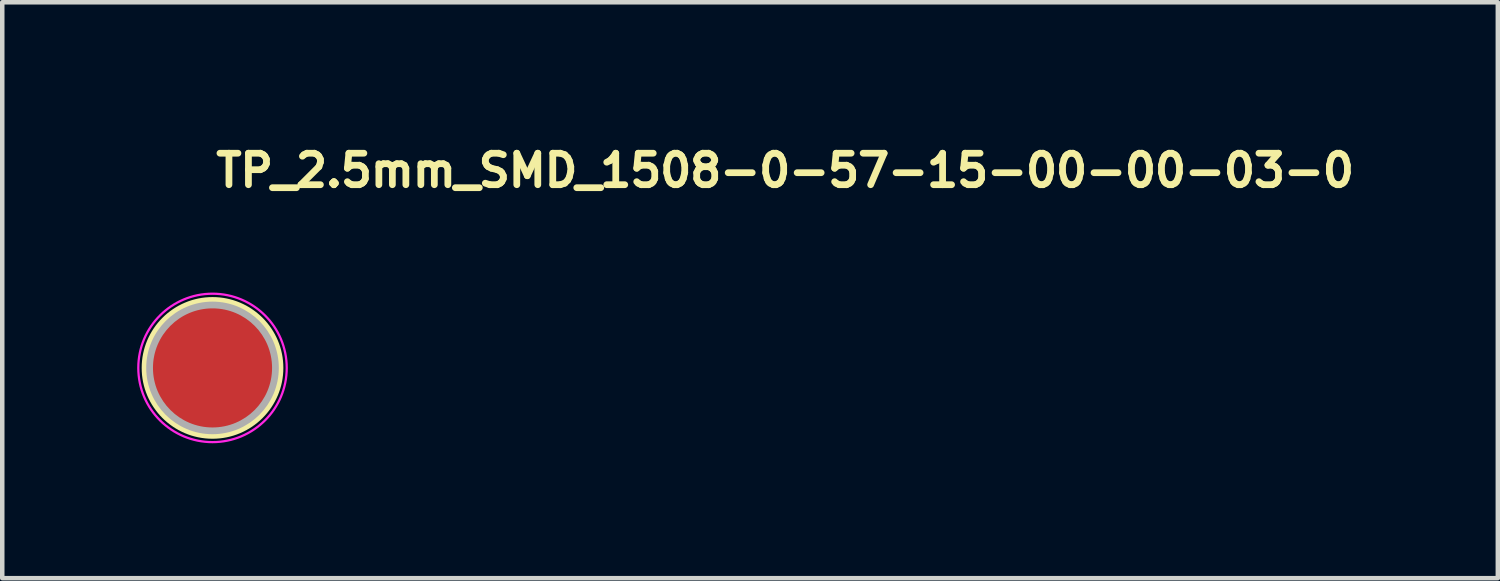
<source format=kicad_pcb>
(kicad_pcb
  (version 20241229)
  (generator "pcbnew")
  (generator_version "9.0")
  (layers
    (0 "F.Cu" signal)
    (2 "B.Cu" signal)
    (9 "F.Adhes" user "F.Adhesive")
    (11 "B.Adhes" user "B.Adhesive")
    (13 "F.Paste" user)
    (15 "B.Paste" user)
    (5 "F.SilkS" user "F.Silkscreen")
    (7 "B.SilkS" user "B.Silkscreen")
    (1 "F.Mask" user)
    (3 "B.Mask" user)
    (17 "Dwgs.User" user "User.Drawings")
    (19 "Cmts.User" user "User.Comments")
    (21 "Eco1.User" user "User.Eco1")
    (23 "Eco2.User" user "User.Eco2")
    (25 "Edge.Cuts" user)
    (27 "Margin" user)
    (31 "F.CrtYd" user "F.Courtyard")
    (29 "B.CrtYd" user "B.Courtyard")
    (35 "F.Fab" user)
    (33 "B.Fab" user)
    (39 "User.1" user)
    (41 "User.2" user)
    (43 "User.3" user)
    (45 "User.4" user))
  (footprint "TP_2.5mm_SMD_1508-0-57-15-00-00-03-0"
    (layer "F.Cu")
    (at 1.675 5.13)
    (property "Reference" "TP_2.5mm_SMD_1508-0-57-15-00-00-03-0" (at 0 -3.98 0) (layer "F.SilkS") (effects (font (size 0.7 0.7) (thickness 0.15)) (justify left bottom)))
    (attr smd)
    (fp_circle (center 0 0) (end 1.5 0) (stroke (width 0.15) (type solid)) (fill no) (layer "F.SilkS"))
    (fp_circle (center 0 0) (end 1.65 0) (stroke (width 0.05) (type solid)) (fill no) (layer "F.CrtYd"))
    (fp_circle (center 0 0) (end 1.399 0) (stroke (width 0.15) (type solid)) (fill no) (layer "F.Fab"))
    (fp_line (start -1.27 0) (end -1.27 0) (stroke (width 0.02) (type solid)) (layer "User.9"))
    (fp_line (start -1.27 0) (end -1.268 0.065) (stroke (width 0.02) (type solid)) (layer "User.9"))
    (fp_line (start -1.268 -0.065) (end -1.27 0) (stroke (width 0.02) (type solid)) (layer "User.9"))
    (fp_line (start -1.268 0.065) (end -1.263 0.129) (stroke (width 0.02) (type solid)) (layer "User.9"))
    (fp_line (start -1.263 -0.129) (end -1.268 -0.065) (stroke (width 0.02) (type solid)) (layer "User.9"))
    (fp_line (start -1.263 0.129) (end -1.255 0.193) (stroke (width 0.02) (type solid)) (layer "User.9"))
    (fp_line (start -1.255 -0.193) (end -1.263 -0.129) (stroke (width 0.02) (type solid)) (layer "User.9"))
    (fp_line (start -1.255 0.193) (end -1.244 0.255) (stroke (width 0.02) (type solid)) (layer "User.9"))
    (fp_line (start -1.244 -0.255) (end -1.255 -0.193) (stroke (width 0.02) (type solid)) (layer "User.9"))
    (fp_line (start -1.244 0.255) (end -1.23 0.317) (stroke (width 0.02) (type solid)) (layer "User.9"))
    (fp_line (start -1.23 -0.317) (end -1.244 -0.255) (stroke (width 0.02) (type solid)) (layer "User.9"))
    (fp_line (start -1.23 0.317) (end -1.212 0.377) (stroke (width 0.02) (type solid)) (layer "User.9"))
    (fp_line (start -1.212 -0.377) (end -1.23 -0.317) (stroke (width 0.02) (type solid)) (layer "User.9"))
    (fp_line (start -1.212 0.377) (end -1.192 0.436) (stroke (width 0.02) (type solid)) (layer "User.9"))
    (fp_line (start -1.192 -0.436) (end -1.212 -0.377) (stroke (width 0.02) (type solid)) (layer "User.9"))
    (fp_line (start -1.192 0.436) (end -1.17 0.494) (stroke (width 0.02) (type solid)) (layer "User.9"))
    (fp_line (start -1.17 -0.494) (end -1.192 -0.436) (stroke (width 0.02) (type solid)) (layer "User.9"))
    (fp_line (start -1.17 0.494) (end -1.144 0.55) (stroke (width 0.02) (type solid)) (layer "User.9"))
    (fp_line (start -1.144 -0.55) (end -1.17 -0.494) (stroke (width 0.02) (type solid)) (layer "User.9"))
    (fp_line (start -1.144 0.55) (end -1.116 0.605) (stroke (width 0.02) (type solid)) (layer "User.9"))
    (fp_line (start -1.116 -0.605) (end -1.144 -0.55) (stroke (width 0.02) (type solid)) (layer "User.9"))
    (fp_line (start -1.116 0.605) (end -1.086 0.658) (stroke (width 0.02) (type solid)) (layer "User.9"))
    (fp_line (start -1.086 -0.658) (end -1.116 -0.605) (stroke (width 0.02) (type solid)) (layer "User.9"))
    (fp_line (start -1.086 0.658) (end -1.053 0.71) (stroke (width 0.02) (type solid)) (layer "User.9"))
    (fp_line (start -1.053 -0.71) (end -1.086 -0.658) (stroke (width 0.02) (type solid)) (layer "User.9"))
    (fp_line (start -1.053 0.71) (end -1.017 0.759) (stroke (width 0.02) (type solid)) (layer "User.9"))
    (fp_line (start -1.017 -0.759) (end -1.053 -0.71) (stroke (width 0.02) (type solid)) (layer "User.9"))
    (fp_line (start -1.017 0.759) (end -0.979 0.807) (stroke (width 0.02) (type solid)) (layer "User.9"))
    (fp_line (start -0.979 -0.807) (end -1.017 -0.759) (stroke (width 0.02) (type solid)) (layer "User.9"))
    (fp_line (start -0.979 0.807) (end -0.94 0.853) (stroke (width 0.02) (type solid)) (layer "User.9"))
    (fp_line (start -0.94 -0.853) (end -0.979 -0.807) (stroke (width 0.02) (type solid)) (layer "User.9"))
    (fp_line (start -0.94 0.853) (end -0.898 0.898) (stroke (width 0.02) (type solid)) (layer "User.9"))
    (fp_line (start -0.898 -0.898) (end -0.94 -0.853) (stroke (width 0.02) (type solid)) (layer "User.9"))
    (fp_line (start -0.898 0.898) (end -0.853 0.94) (stroke (width 0.02) (type solid)) (layer "User.9"))
    (fp_line (start -0.853 -0.94) (end -0.898 -0.898) (stroke (width 0.02) (type solid)) (layer "User.9"))
    (fp_line (start -0.853 0.94) (end -0.807 0.979) (stroke (width 0.02) (type solid)) (layer "User.9"))
    (fp_line (start -0.807 -0.979) (end -0.853 -0.94) (stroke (width 0.02) (type solid)) (layer "User.9"))
    (fp_line (start -0.807 0.979) (end -0.759 1.017) (stroke (width 0.02) (type solid)) (layer "User.9"))
    (fp_line (start -0.759 -1.017) (end -0.807 -0.979) (stroke (width 0.02) (type solid)) (layer "User.9"))
    (fp_line (start -0.759 1.017) (end -0.71 1.053) (stroke (width 0.02) (type solid)) (layer "User.9"))
    (fp_line (start -0.71 -1.053) (end -0.759 -1.017) (stroke (width 0.02) (type solid)) (layer "User.9"))
    (fp_line (start -0.71 1.053) (end -0.658 1.086) (stroke (width 0.02) (type solid)) (layer "User.9"))
    (fp_line (start -0.658 -1.086) (end -0.71 -1.053) (stroke (width 0.02) (type solid)) (layer "User.9"))
    (fp_line (start -0.658 1.086) (end -0.605 1.116) (stroke (width 0.02) (type solid)) (layer "User.9"))
    (fp_line (start -0.605 -1.116) (end -0.658 -1.086) (stroke (width 0.02) (type solid)) (layer "User.9"))
    (fp_line (start -0.605 1.116) (end -0.55 1.144) (stroke (width 0.02) (type solid)) (layer "User.9"))
    (fp_line (start -0.55 -1.144) (end -0.605 -1.116) (stroke (width 0.02) (type solid)) (layer "User.9"))
    (fp_line (start -0.55 1.144) (end -0.494 1.17) (stroke (width 0.02) (type solid)) (layer "User.9"))
    (fp_line (start -0.494 -1.17) (end -0.55 -1.144) (stroke (width 0.02) (type solid)) (layer "User.9"))
    (fp_line (start -0.494 1.17) (end -0.436 1.192) (stroke (width 0.02) (type solid)) (layer "User.9"))
    (fp_line (start -0.46 0) (end -0.46 0) (stroke (width 0.02) (type solid)) (layer "User.9"))
    (fp_line (start -0.46 0) (end -0.459 0.023) (stroke (width 0.02) (type solid)) (layer "User.9"))
    (fp_line (start -0.459 -0.023) (end -0.46 0) (stroke (width 0.02) (type solid)) (layer "User.9"))
    (fp_line (start -0.459 0.023) (end -0.457 0.047) (stroke (width 0.02) (type solid)) (layer "User.9"))
    (fp_line (start -0.457 -0.047) (end -0.459 -0.023) (stroke (width 0.02) (type solid)) (layer "User.9"))
    (fp_line (start -0.457 0.047) (end -0.454 0.07) (stroke (width 0.02) (type solid)) (layer "User.9"))
    (fp_line (start -0.454 -0.07) (end -0.457 -0.047) (stroke (width 0.02) (type solid)) (layer "User.9"))
    (fp_line (start -0.454 0.07) (end -0.45 0.092) (stroke (width 0.02) (type solid)) (layer "User.9"))
    (fp_line (start -0.45 -0.092) (end -0.454 -0.07) (stroke (width 0.02) (type solid)) (layer "User.9"))
    (fp_line (start -0.45 0.092) (end -0.445 0.114) (stroke (width 0.02) (type solid)) (layer "User.9"))
    (fp_line (start -0.445 -0.114) (end -0.45 -0.092) (stroke (width 0.02) (type solid)) (layer "User.9"))
    (fp_line (start -0.445 0.114) (end -0.439 0.136) (stroke (width 0.02) (type solid)) (layer "User.9"))
    (fp_line (start -0.439 -0.136) (end -0.445 -0.114) (stroke (width 0.02) (type solid)) (layer "User.9"))
    (fp_line (start -0.439 0.136) (end -0.432 0.158) (stroke (width 0.02) (type solid)) (layer "User.9"))
    (fp_line (start -0.436 -1.192) (end -0.494 -1.17) (stroke (width 0.02) (type solid)) (layer "User.9"))
    (fp_line (start -0.436 1.192) (end -0.377 1.212) (stroke (width 0.02) (type solid)) (layer "User.9"))
    (fp_line (start -0.432 -0.158) (end -0.439 -0.136) (stroke (width 0.02) (type solid)) (layer "User.9"))
    (fp_line (start -0.432 0.158) (end -0.423 0.179) (stroke (width 0.02) (type solid)) (layer "User.9"))
    (fp_line (start -0.423 -0.179) (end -0.432 -0.158) (stroke (width 0.02) (type solid)) (layer "User.9"))
    (fp_line (start -0.423 0.179) (end -0.414 0.199) (stroke (width 0.02) (type solid)) (layer "User.9"))
    (fp_line (start -0.414 -0.199) (end -0.423 -0.179) (stroke (width 0.02) (type solid)) (layer "User.9"))
    (fp_line (start -0.414 0.199) (end -0.404 0.219) (stroke (width 0.02) (type solid)) (layer "User.9"))
    (fp_line (start -0.404 -0.219) (end -0.414 -0.199) (stroke (width 0.02) (type solid)) (layer "User.9"))
    (fp_line (start -0.404 0.219) (end -0.393 0.238) (stroke (width 0.02) (type solid)) (layer "User.9"))
    (fp_line (start -0.393 -0.238) (end -0.404 -0.219) (stroke (width 0.02) (type solid)) (layer "User.9"))
    (fp_line (start -0.393 0.238) (end -0.381 0.257) (stroke (width 0.02) (type solid)) (layer "User.9"))
    (fp_line (start -0.381 -0.257) (end -0.393 -0.238) (stroke (width 0.02) (type solid)) (layer "User.9"))
    (fp_line (start -0.381 0.257) (end -0.368 0.275) (stroke (width 0.02) (type solid)) (layer "User.9"))
    (fp_line (start -0.377 -1.212) (end -0.436 -1.192) (stroke (width 0.02) (type solid)) (layer "User.9"))
    (fp_line (start -0.377 1.212) (end -0.317 1.23) (stroke (width 0.02) (type solid)) (layer "User.9"))
    (fp_line (start -0.368 -0.275) (end -0.381 -0.257) (stroke (width 0.02) (type solid)) (layer "User.9"))
    (fp_line (start -0.368 0.275) (end -0.354 0.292) (stroke (width 0.02) (type solid)) (layer "User.9"))
    (fp_line (start -0.354 -0.292) (end -0.368 -0.275) (stroke (width 0.02) (type solid)) (layer "User.9"))
    (fp_line (start -0.354 0.292) (end -0.34 0.309) (stroke (width 0.02) (type solid)) (layer "User.9"))
    (fp_line (start -0.34 -0.309) (end -0.354 -0.292) (stroke (width 0.02) (type solid)) (layer "User.9"))
    (fp_line (start -0.34 0.309) (end -0.325 0.325) (stroke (width 0.02) (type solid)) (layer "User.9"))
    (fp_line (start -0.325 -0.325) (end -0.34 -0.309) (stroke (width 0.02) (type solid)) (layer "User.9"))
    (fp_line (start -0.325 0.325) (end -0.309 0.34) (stroke (width 0.02) (type solid)) (layer "User.9"))
    (fp_line (start -0.317 -1.23) (end -0.377 -1.212) (stroke (width 0.02) (type solid)) (layer "User.9"))
    (fp_line (start -0.317 1.23) (end -0.255 1.244) (stroke (width 0.02) (type solid)) (layer "User.9"))
    (fp_line (start -0.309 -0.34) (end -0.325 -0.325) (stroke (width 0.02) (type solid)) (layer "User.9"))
    (fp_line (start -0.309 0.34) (end -0.292 0.354) (stroke (width 0.02) (type solid)) (layer "User.9"))
    (fp_line (start -0.292 -0.354) (end -0.309 -0.34) (stroke (width 0.02) (type solid)) (layer "User.9"))
    (fp_line (start -0.292 0.354) (end -0.275 0.368) (stroke (width 0.02) (type solid)) (layer "User.9"))
    (fp_line (start -0.275 -0.368) (end -0.292 -0.354) (stroke (width 0.02) (type solid)) (layer "User.9"))
    (fp_line (start -0.275 0.368) (end -0.257 0.381) (stroke (width 0.02) (type solid)) (layer "User.9"))
    (fp_line (start -0.257 -0.381) (end -0.275 -0.368) (stroke (width 0.02) (type solid)) (layer "User.9"))
    (fp_line (start -0.257 0.381) (end -0.238 0.393) (stroke (width 0.02) (type solid)) (layer "User.9"))
    (fp_line (start -0.255 -1.244) (end -0.317 -1.23) (stroke (width 0.02) (type solid)) (layer "User.9"))
    (fp_line (start -0.255 1.244) (end -0.193 1.255) (stroke (width 0.02) (type solid)) (layer "User.9"))
    (fp_line (start -0.238 -0.393) (end -0.257 -0.381) (stroke (width 0.02) (type solid)) (layer "User.9"))
    (fp_line (start -0.238 0.393) (end -0.219 0.404) (stroke (width 0.02) (type solid)) (layer "User.9"))
    (fp_line (start -0.219 -0.404) (end -0.238 -0.393) (stroke (width 0.02) (type solid)) (layer "User.9"))
    (fp_line (start -0.219 0.404) (end -0.199 0.414) (stroke (width 0.02) (type solid)) (layer "User.9"))
    (fp_line (start -0.199 -0.414) (end -0.219 -0.404) (stroke (width 0.02) (type solid)) (layer "User.9"))
    (fp_line (start -0.199 0.414) (end -0.179 0.423) (stroke (width 0.02) (type solid)) (layer "User.9"))
    (fp_line (start -0.193 -1.255) (end -0.255 -1.244) (stroke (width 0.02) (type solid)) (layer "User.9"))
    (fp_line (start -0.193 1.255) (end -0.129 1.263) (stroke (width 0.02) (type solid)) (layer "User.9"))
    (fp_line (start -0.179 -0.423) (end -0.199 -0.414) (stroke (width 0.02) (type solid)) (layer "User.9"))
    (fp_line (start -0.179 0.423) (end -0.158 0.432) (stroke (width 0.02) (type solid)) (layer "User.9"))
    (fp_line (start -0.158 -0.432) (end -0.179 -0.423) (stroke (width 0.02) (type solid)) (layer "User.9"))
    (fp_line (start -0.158 0.432) (end -0.136 0.439) (stroke (width 0.02) (type solid)) (layer "User.9"))
    (fp_line (start -0.136 -0.439) (end -0.158 -0.432) (stroke (width 0.02) (type solid)) (layer "User.9"))
    (fp_line (start -0.136 0.439) (end -0.114 0.445) (stroke (width 0.02) (type solid)) (layer "User.9"))
    (fp_line (start -0.129 -1.263) (end -0.193 -1.255) (stroke (width 0.02) (type solid)) (layer "User.9"))
    (fp_line (start -0.129 1.263) (end -0.065 1.268) (stroke (width 0.02) (type solid)) (layer "User.9"))
    (fp_line (start -0.114 -0.445) (end -0.136 -0.439) (stroke (width 0.02) (type solid)) (layer "User.9"))
    (fp_line (start -0.114 0.445) (end -0.092 0.45) (stroke (width 0.02) (type solid)) (layer "User.9"))
    (fp_line (start -0.092 -0.45) (end -0.114 -0.445) (stroke (width 0.02) (type solid)) (layer "User.9"))
    (fp_line (start -0.092 0.45) (end -0.07 0.454) (stroke (width 0.02) (type solid)) (layer "User.9"))
    (fp_line (start -0.07 -0.454) (end -0.092 -0.45) (stroke (width 0.02) (type solid)) (layer "User.9"))
    (fp_line (start -0.07 0.454) (end -0.047 0.457) (stroke (width 0.02) (type solid)) (layer "User.9"))
    (fp_line (start -0.065 -1.268) (end -0.129 -1.263) (stroke (width 0.02) (type solid)) (layer "User.9"))
    (fp_line (start -0.065 1.268) (end 0 1.27) (stroke (width 0.02) (type solid)) (layer "User.9"))
    (fp_line (start -0.047 -0.457) (end -0.07 -0.454) (stroke (width 0.02) (type solid)) (layer "User.9"))
    (fp_line (start -0.047 0.457) (end -0.023 0.459) (stroke (width 0.02) (type solid)) (layer "User.9"))
    (fp_line (start -0.023 -0.459) (end -0.047 -0.457) (stroke (width 0.02) (type solid)) (layer "User.9"))
    (fp_line (start -0.023 0.459) (end 0 0.46) (stroke (width 0.02) (type solid)) (layer "User.9"))
    (fp_line (start 0 -1.27) (end -0.065 -1.268) (stroke (width 0.02) (type solid)) (layer "User.9"))
    (fp_line (start 0 -1.27) (end 0 -1.27) (stroke (width 0.02) (type solid)) (layer "User.9"))
    (fp_line (start 0 -0.46) (end -0.023 -0.459) (stroke (width 0.02) (type solid)) (layer "User.9"))
    (fp_line (start 0 -0.46) (end 0 -0.46) (stroke (width 0.02) (type solid)) (layer "User.9"))
    (fp_line (start 0 0.46) (end 0 0.46) (stroke (width 0.02) (type solid)) (layer "User.9"))
    (fp_line (start 0 0.46) (end 0.023 0.459) (stroke (width 0.02) (type solid)) (layer "User.9"))
    (fp_line (start 0 1.27) (end 0 1.27) (stroke (width 0.02) (type solid)) (layer "User.9"))
    (fp_line (start 0 1.27) (end 0.065 1.268) (stroke (width 0.02) (type solid)) (layer "User.9"))
    (fp_line (start 0.023 -0.459) (end 0 -0.46) (stroke (width 0.02) (type solid)) (layer "User.9"))
    (fp_line (start 0.023 0.459) (end 0.047 0.457) (stroke (width 0.02) (type solid)) (layer "User.9"))
    (fp_line (start 0.047 -0.457) (end 0.023 -0.459) (stroke (width 0.02) (type solid)) (layer "User.9"))
    (fp_line (start 0.047 0.457) (end 0.07 0.454) (stroke (width 0.02) (type solid)) (layer "User.9"))
    (fp_line (start 0.065 -1.268) (end 0 -1.27) (stroke (width 0.02) (type solid)) (layer "User.9"))
    (fp_line (start 0.065 1.268) (end 0.129 1.263) (stroke (width 0.02) (type solid)) (layer "User.9"))
    (fp_line (start 0.07 -0.454) (end 0.047 -0.457) (stroke (width 0.02) (type solid)) (layer "User.9"))
    (fp_line (start 0.07 0.454) (end 0.092 0.45) (stroke (width 0.02) (type solid)) (layer "User.9"))
    (fp_line (start 0.092 -0.45) (end 0.07 -0.454) (stroke (width 0.02) (type solid)) (layer "User.9"))
    (fp_line (start 0.092 0.45) (end 0.114 0.445) (stroke (width 0.02) (type solid)) (layer "User.9"))
    (fp_line (start 0.114 -0.445) (end 0.092 -0.45) (stroke (width 0.02) (type solid)) (layer "User.9"))
    (fp_line (start 0.114 0.445) (end 0.136 0.439) (stroke (width 0.02) (type solid)) (layer "User.9"))
    (fp_line (start 0.129 -1.263) (end 0.065 -1.268) (stroke (width 0.02) (type solid)) (layer "User.9"))
    (fp_line (start 0.129 1.263) (end 0.193 1.255) (stroke (width 0.02) (type solid)) (layer "User.9"))
    (fp_line (start 0.136 -0.439) (end 0.114 -0.445) (stroke (width 0.02) (type solid)) (layer "User.9"))
    (fp_line (start 0.136 0.439) (end 0.158 0.432) (stroke (width 0.02) (type solid)) (layer "User.9"))
    (fp_line (start 0.158 -0.432) (end 0.136 -0.439) (stroke (width 0.02) (type solid)) (layer "User.9"))
    (fp_line (start 0.158 0.432) (end 0.179 0.423) (stroke (width 0.02) (type solid)) (layer "User.9"))
    (fp_line (start 0.179 -0.423) (end 0.158 -0.432) (stroke (width 0.02) (type solid)) (layer "User.9"))
    (fp_line (start 0.179 0.423) (end 0.199 0.414) (stroke (width 0.02) (type solid)) (layer "User.9"))
    (fp_line (start 0.193 -1.255) (end 0.129 -1.263) (stroke (width 0.02) (type solid)) (layer "User.9"))
    (fp_line (start 0.193 1.255) (end 0.255 1.244) (stroke (width 0.02) (type solid)) (layer "User.9"))
    (fp_line (start 0.199 -0.414) (end 0.179 -0.423) (stroke (width 0.02) (type solid)) (layer "User.9"))
    (fp_line (start 0.199 0.414) (end 0.219 0.404) (stroke (width 0.02) (type solid)) (layer "User.9"))
    (fp_line (start 0.219 -0.404) (end 0.199 -0.414) (stroke (width 0.02) (type solid)) (layer "User.9"))
    (fp_line (start 0.219 0.404) (end 0.238 0.393) (stroke (width 0.02) (type solid)) (layer "User.9"))
    (fp_line (start 0.238 -0.393) (end 0.219 -0.404) (stroke (width 0.02) (type solid)) (layer "User.9"))
    (fp_line (start 0.238 0.393) (end 0.257 0.381) (stroke (width 0.02) (type solid)) (layer "User.9"))
    (fp_line (start 0.255 -1.244) (end 0.193 -1.255) (stroke (width 0.02) (type solid)) (layer "User.9"))
    (fp_line (start 0.255 1.244) (end 0.317 1.23) (stroke (width 0.02) (type solid)) (layer "User.9"))
    (fp_line (start 0.257 -0.381) (end 0.238 -0.393) (stroke (width 0.02) (type solid)) (layer "User.9"))
    (fp_line (start 0.257 0.381) (end 0.275 0.368) (stroke (width 0.02) (type solid)) (layer "User.9"))
    (fp_line (start 0.275 -0.368) (end 0.257 -0.381) (stroke (width 0.02) (type solid)) (layer "User.9"))
    (fp_line (start 0.275 0.368) (end 0.292 0.354) (stroke (width 0.02) (type solid)) (layer "User.9"))
    (fp_line (start 0.292 -0.354) (end 0.275 -0.368) (stroke (width 0.02) (type solid)) (layer "User.9"))
    (fp_line (start 0.292 0.354) (end 0.309 0.34) (stroke (width 0.02) (type solid)) (layer "User.9"))
    (fp_line (start 0.309 -0.34) (end 0.292 -0.354) (stroke (width 0.02) (type solid)) (layer "User.9"))
    (fp_line (start 0.309 0.34) (end 0.325 0.325) (stroke (width 0.02) (type solid)) (layer "User.9"))
    (fp_line (start 0.317 -1.23) (end 0.255 -1.244) (stroke (width 0.02) (type solid)) (layer "User.9"))
    (fp_line (start 0.317 1.23) (end 0.377 1.212) (stroke (width 0.02) (type solid)) (layer "User.9"))
    (fp_line (start 0.325 -0.325) (end 0.309 -0.34) (stroke (width 0.02) (type solid)) (layer "User.9"))
    (fp_line (start 0.325 0.325) (end 0.34 0.309) (stroke (width 0.02) (type solid)) (layer "User.9"))
    (fp_line (start 0.34 -0.309) (end 0.325 -0.325) (stroke (width 0.02) (type solid)) (layer "User.9"))
    (fp_line (start 0.34 0.309) (end 0.354 0.292) (stroke (width 0.02) (type solid)) (layer "User.9"))
    (fp_line (start 0.354 -0.292) (end 0.34 -0.309) (stroke (width 0.02) (type solid)) (layer "User.9"))
    (fp_line (start 0.354 0.292) (end 0.368 0.275) (stroke (width 0.02) (type solid)) (layer "User.9"))
    (fp_line (start 0.368 -0.275) (end 0.354 -0.292) (stroke (width 0.02) (type solid)) (layer "User.9"))
    (fp_line (start 0.368 0.275) (end 0.381 0.257) (stroke (width 0.02) (type solid)) (layer "User.9"))
    (fp_line (start 0.377 -1.212) (end 0.317 -1.23) (stroke (width 0.02) (type solid)) (layer "User.9"))
    (fp_line (start 0.377 1.212) (end 0.436 1.192) (stroke (width 0.02) (type solid)) (layer "User.9"))
    (fp_line (start 0.381 -0.257) (end 0.368 -0.275) (stroke (width 0.02) (type solid)) (layer "User.9"))
    (fp_line (start 0.381 0.257) (end 0.393 0.238) (stroke (width 0.02) (type solid)) (layer "User.9"))
    (fp_line (start 0.393 -0.238) (end 0.381 -0.257) (stroke (width 0.02) (type solid)) (layer "User.9"))
    (fp_line (start 0.393 0.238) (end 0.404 0.219) (stroke (width 0.02) (type solid)) (layer "User.9"))
    (fp_line (start 0.404 -0.219) (end 0.393 -0.238) (stroke (width 0.02) (type solid)) (layer "User.9"))
    (fp_line (start 0.404 0.219) (end 0.414 0.199) (stroke (width 0.02) (type solid)) (layer "User.9"))
    (fp_line (start 0.414 -0.199) (end 0.404 -0.219) (stroke (width 0.02) (type solid)) (layer "User.9"))
    (fp_line (start 0.414 0.199) (end 0.423 0.179) (stroke (width 0.02) (type solid)) (layer "User.9"))
    (fp_line (start 0.423 -0.179) (end 0.414 -0.199) (stroke (width 0.02) (type solid)) (layer "User.9"))
    (fp_line (start 0.423 0.179) (end 0.432 0.158) (stroke (width 0.02) (type solid)) (layer "User.9"))
    (fp_line (start 0.432 -0.158) (end 0.423 -0.179) (stroke (width 0.02) (type solid)) (layer "User.9"))
    (fp_line (start 0.432 0.158) (end 0.439 0.136) (stroke (width 0.02) (type solid)) (layer "User.9"))
    (fp_line (start 0.436 -1.192) (end 0.377 -1.212) (stroke (width 0.02) (type solid)) (layer "User.9"))
    (fp_line (start 0.436 1.192) (end 0.494 1.17) (stroke (width 0.02) (type solid)) (layer "User.9"))
    (fp_line (start 0.439 -0.136) (end 0.432 -0.158) (stroke (width 0.02) (type solid)) (layer "User.9"))
    (fp_line (start 0.439 0.136) (end 0.445 0.114) (stroke (width 0.02) (type solid)) (layer "User.9"))
    (fp_line (start 0.445 -0.114) (end 0.439 -0.136) (stroke (width 0.02) (type solid)) (layer "User.9"))
    (fp_line (start 0.445 0.114) (end 0.45 0.092) (stroke (width 0.02) (type solid)) (layer "User.9"))
    (fp_line (start 0.45 -0.092) (end 0.445 -0.114) (stroke (width 0.02) (type solid)) (layer "User.9"))
    (fp_line (start 0.45 0.092) (end 0.454 0.07) (stroke (width 0.02) (type solid)) (layer "User.9"))
    (fp_line (start 0.454 -0.07) (end 0.45 -0.092) (stroke (width 0.02) (type solid)) (layer "User.9"))
    (fp_line (start 0.454 0.07) (end 0.457 0.047) (stroke (width 0.02) (type solid)) (layer "User.9"))
    (fp_line (start 0.457 -0.047) (end 0.454 -0.07) (stroke (width 0.02) (type solid)) (layer "User.9"))
    (fp_line (start 0.457 0.047) (end 0.459 0.023) (stroke (width 0.02) (type solid)) (layer "User.9"))
    (fp_line (start 0.459 -0.023) (end 0.457 -0.047) (stroke (width 0.02) (type solid)) (layer "User.9"))
    (fp_line (start 0.459 0.023) (end 0.46 0) (stroke (width 0.02) (type solid)) (layer "User.9"))
    (fp_line (start 0.46 0) (end 0.459 -0.023) (stroke (width 0.02) (type solid)) (layer "User.9"))
    (fp_line (start 0.46 0) (end 0.46 0) (stroke (width 0.02) (type solid)) (layer "User.9"))
    (fp_line (start 0.46 0) (end 0.46 0) (stroke (width 0.02) (type solid)) (layer "User.9"))
    (fp_line (start 0.494 -1.17) (end 0.436 -1.192) (stroke (width 0.02) (type solid)) (layer "User.9"))
    (fp_line (start 0.494 1.17) (end 0.55 1.144) (stroke (width 0.02) (type solid)) (layer "User.9"))
    (fp_line (start 0.55 -1.144) (end 0.494 -1.17) (stroke (width 0.02) (type solid)) (layer "User.9"))
    (fp_line (start 0.55 1.144) (end 0.605 1.116) (stroke (width 0.02) (type solid)) (layer "User.9"))
    (fp_line (start 0.605 -1.116) (end 0.55 -1.144) (stroke (width 0.02) (type solid)) (layer "User.9"))
    (fp_line (start 0.605 1.116) (end 0.658 1.086) (stroke (width 0.02) (type solid)) (layer "User.9"))
    (fp_line (start 0.658 -1.086) (end 0.605 -1.116) (stroke (width 0.02) (type solid)) (layer "User.9"))
    (fp_line (start 0.658 1.086) (end 0.71 1.053) (stroke (width 0.02) (type solid)) (layer "User.9"))
    (fp_line (start 0.71 -1.053) (end 0.658 -1.086) (stroke (width 0.02) (type solid)) (layer "User.9"))
    (fp_line (start 0.71 1.053) (end 0.759 1.017) (stroke (width 0.02) (type solid)) (layer "User.9"))
    (fp_line (start 0.759 -1.017) (end 0.71 -1.053) (stroke (width 0.02) (type solid)) (layer "User.9"))
    (fp_line (start 0.759 1.017) (end 0.807 0.979) (stroke (width 0.02) (type solid)) (layer "User.9"))
    (fp_line (start 0.807 -0.979) (end 0.759 -1.017) (stroke (width 0.02) (type solid)) (layer "User.9"))
    (fp_line (start 0.807 0.979) (end 0.853 0.94) (stroke (width 0.02) (type solid)) (layer "User.9"))
    (fp_line (start 0.853 -0.94) (end 0.807 -0.979) (stroke (width 0.02) (type solid)) (layer "User.9"))
    (fp_line (start 0.853 0.94) (end 0.898 0.898) (stroke (width 0.02) (type solid)) (layer "User.9"))
    (fp_line (start 0.898 -0.898) (end 0.853 -0.94) (stroke (width 0.02) (type solid)) (layer "User.9"))
    (fp_line (start 0.898 0.898) (end 0.94 0.853) (stroke (width 0.02) (type solid)) (layer "User.9"))
    (fp_line (start 0.94 -0.853) (end 0.898 -0.898) (stroke (width 0.02) (type solid)) (layer "User.9"))
    (fp_line (start 0.94 0.853) (end 0.979 0.807) (stroke (width 0.02) (type solid)) (layer "User.9"))
    (fp_line (start 0.979 -0.807) (end 0.94 -0.853) (stroke (width 0.02) (type solid)) (layer "User.9"))
    (fp_line (start 0.979 0.807) (end 1.017 0.759) (stroke (width 0.02) (type solid)) (layer "User.9"))
    (fp_line (start 1.017 -0.759) (end 0.979 -0.807) (stroke (width 0.02) (type solid)) (layer "User.9"))
    (fp_line (start 1.017 0.759) (end 1.053 0.71) (stroke (width 0.02) (type solid)) (layer "User.9"))
    (fp_line (start 1.053 -0.71) (end 1.017 -0.759) (stroke (width 0.02) (type solid)) (layer "User.9"))
    (fp_line (start 1.053 0.71) (end 1.086 0.658) (stroke (width 0.02) (type solid)) (layer "User.9"))
    (fp_line (start 1.086 -0.658) (end 1.053 -0.71) (stroke (width 0.02) (type solid)) (layer "User.9"))
    (fp_line (start 1.086 0.658) (end 1.116 0.605) (stroke (width 0.02) (type solid)) (layer "User.9"))
    (fp_line (start 1.116 -0.605) (end 1.086 -0.658) (stroke (width 0.02) (type solid)) (layer "User.9"))
    (fp_line (start 1.116 0.605) (end 1.144 0.55) (stroke (width 0.02) (type solid)) (layer "User.9"))
    (fp_line (start 1.144 -0.55) (end 1.116 -0.605) (stroke (width 0.02) (type solid)) (layer "User.9"))
    (fp_line (start 1.144 0.55) (end 1.17 0.494) (stroke (width 0.02) (type solid)) (layer "User.9"))
    (fp_line (start 1.17 -0.494) (end 1.144 -0.55) (stroke (width 0.02) (type solid)) (layer "User.9"))
    (fp_line (start 1.17 0.494) (end 1.192 0.436) (stroke (width 0.02) (type solid)) (layer "User.9"))
    (fp_line (start 1.192 -0.436) (end 1.17 -0.494) (stroke (width 0.02) (type solid)) (layer "User.9"))
    (fp_line (start 1.192 0.436) (end 1.212 0.377) (stroke (width 0.02) (type solid)) (layer "User.9"))
    (fp_line (start 1.212 -0.377) (end 1.192 -0.436) (stroke (width 0.02) (type solid)) (layer "User.9"))
    (fp_line (start 1.212 0.377) (end 1.23 0.317) (stroke (width 0.02) (type solid)) (layer "User.9"))
    (fp_line (start 1.23 -0.317) (end 1.212 -0.377) (stroke (width 0.02) (type solid)) (layer "User.9"))
    (fp_line (start 1.23 0.317) (end 1.244 0.255) (stroke (width 0.02) (type solid)) (layer "User.9"))
    (fp_line (start 1.244 -0.255) (end 1.23 -0.317) (stroke (width 0.02) (type solid)) (layer "User.9"))
    (fp_line (start 1.244 0.255) (end 1.255 0.193) (stroke (width 0.02) (type solid)) (layer "User.9"))
    (fp_line (start 1.255 -0.193) (end 1.244 -0.255) (stroke (width 0.02) (type solid)) (layer "User.9"))
    (fp_line (start 1.255 0.193) (end 1.263 0.129) (stroke (width 0.02) (type solid)) (layer "User.9"))
    (fp_line (start 1.263 -0.129) (end 1.255 -0.193) (stroke (width 0.02) (type solid)) (layer "User.9"))
    (fp_line (start 1.263 0.129) (end 1.268 0.065) (stroke (width 0.02) (type solid)) (layer "User.9"))
    (fp_line (start 1.268 -0.065) (end 1.263 -0.129) (stroke (width 0.02) (type solid)) (layer "User.9"))
    (fp_line (start 1.268 0.065) (end 1.27 0) (stroke (width 0.02) (type solid)) (layer "User.9"))
    (fp_line (start 1.27 0) (end 1.268 -0.065) (stroke (width 0.02) (type solid)) (layer "User.9"))
    (fp_line (start 1.27 0) (end 1.27 0) (stroke (width 0.02) (type solid)) (layer "User.9"))
    (fp_line (start 1.27 0) (end 1.27 0) (stroke (width 0.02) (type solid)) (layer "User.9"))
    (pad "1" smd circle (at 0 0) (size 2.79 2.79) (layers "F.Cu" "F.Mask" "F.Paste")))
  (gr_rect
    (start -3 -3)
    (end 30.252 9.805)
    (stroke (width 0.1) (type default))
    (fill no)
    (layer "Edge.Cuts")))
</source>
